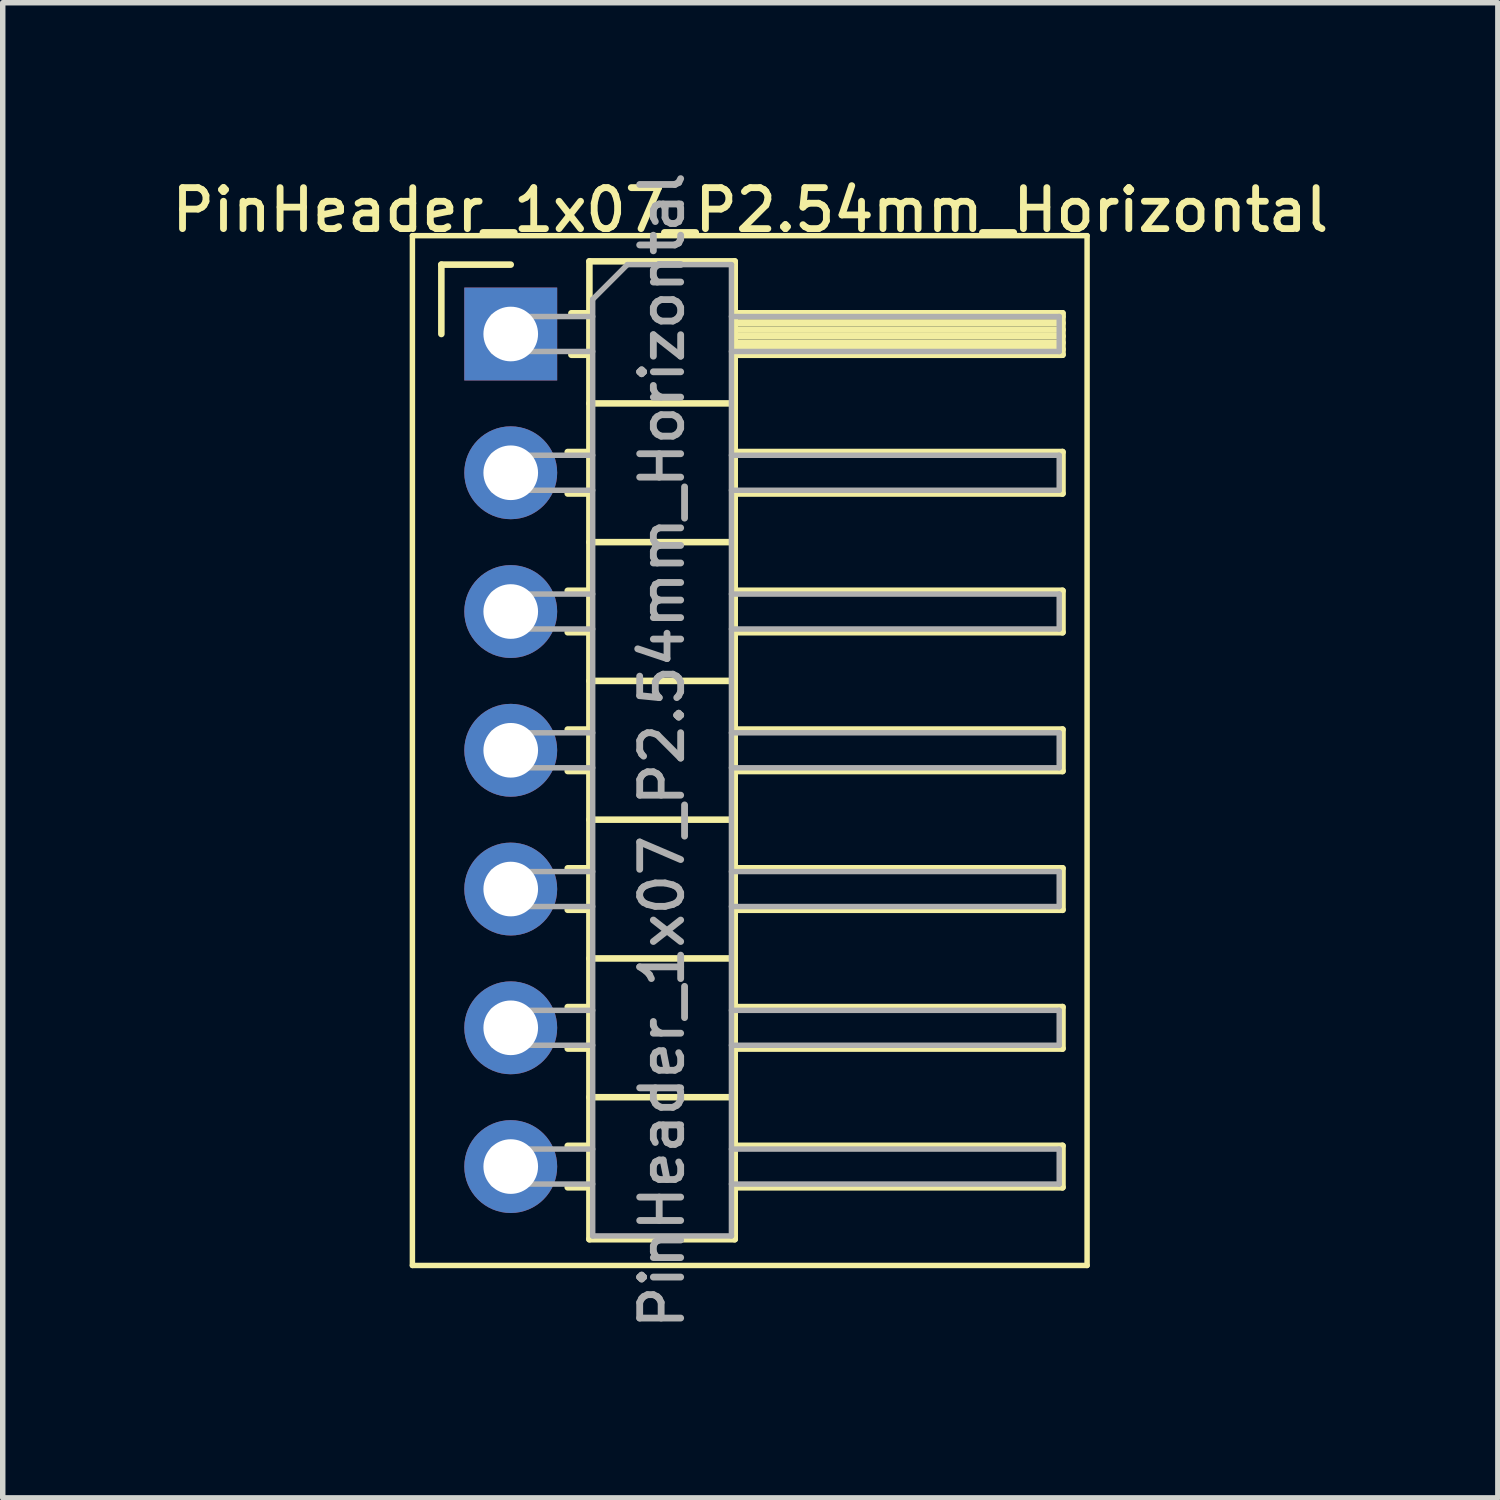
<source format=kicad_pcb>
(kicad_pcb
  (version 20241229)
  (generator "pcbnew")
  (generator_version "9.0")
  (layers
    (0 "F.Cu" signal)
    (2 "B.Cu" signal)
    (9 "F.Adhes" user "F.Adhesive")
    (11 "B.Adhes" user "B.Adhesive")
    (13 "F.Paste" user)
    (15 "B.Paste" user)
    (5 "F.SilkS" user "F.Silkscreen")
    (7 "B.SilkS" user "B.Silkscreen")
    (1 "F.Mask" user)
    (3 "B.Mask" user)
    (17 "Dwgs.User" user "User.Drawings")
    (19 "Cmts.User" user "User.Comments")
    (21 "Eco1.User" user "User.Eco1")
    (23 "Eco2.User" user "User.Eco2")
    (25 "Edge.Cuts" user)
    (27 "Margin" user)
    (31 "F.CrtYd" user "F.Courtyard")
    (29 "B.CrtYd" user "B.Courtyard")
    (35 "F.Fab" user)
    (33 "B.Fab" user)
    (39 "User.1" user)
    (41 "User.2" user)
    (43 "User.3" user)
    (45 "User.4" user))
  (footprint "PinHeader_1x07_P2.54mm_Horizontal"
    (layer "F.Cu")
    (at 6.299 3.064)
    (property "Reference" "PinHeader_1x07_P2.54mm_Horizontal" (at 4.385 -2.27 0) (layer "F.SilkS") (effects (font (size 0.75 0.75) (thickness 0.125))))
    (attr through_hole)
    (fp_line (start -1.8 -1.8) (end -1.8 17.05) (stroke (width 0.1) (type solid)) (layer "F.SilkS"))
    (fp_line (start -1.8 17.05) (end 10.55 17.05) (stroke (width 0.1) (type solid)) (layer "F.SilkS"))
    (fp_line (start -1.27 -1.27) (end 0 -1.27) (stroke (width 0.12) (type solid)) (layer "F.SilkS"))
    (fp_line (start -1.27 0) (end -1.27 -1.27) (stroke (width 0.12) (type solid)) (layer "F.SilkS"))
    (fp_line (start 1.043 2.16) (end 1.44 2.16) (stroke (width 0.12) (type solid)) (layer "F.SilkS"))
    (fp_line (start 1.043 2.92) (end 1.44 2.92) (stroke (width 0.12) (type solid)) (layer "F.SilkS"))
    (fp_line (start 1.043 4.7) (end 1.44 4.7) (stroke (width 0.12) (type solid)) (layer "F.SilkS"))
    (fp_line (start 1.043 5.46) (end 1.44 5.46) (stroke (width 0.12) (type solid)) (layer "F.SilkS"))
    (fp_line (start 1.043 7.24) (end 1.44 7.24) (stroke (width 0.12) (type solid)) (layer "F.SilkS"))
    (fp_line (start 1.043 8) (end 1.44 8) (stroke (width 0.12) (type solid)) (layer "F.SilkS"))
    (fp_line (start 1.043 9.78) (end 1.44 9.78) (stroke (width 0.12) (type solid)) (layer "F.SilkS"))
    (fp_line (start 1.043 10.54) (end 1.44 10.54) (stroke (width 0.12) (type solid)) (layer "F.SilkS"))
    (fp_line (start 1.043 12.32) (end 1.44 12.32) (stroke (width 0.12) (type solid)) (layer "F.SilkS"))
    (fp_line (start 1.043 13.08) (end 1.44 13.08) (stroke (width 0.12) (type solid)) (layer "F.SilkS"))
    (fp_line (start 1.043 14.86) (end 1.44 14.86) (stroke (width 0.12) (type solid)) (layer "F.SilkS"))
    (fp_line (start 1.043 15.62) (end 1.44 15.62) (stroke (width 0.12) (type solid)) (layer "F.SilkS"))
    (fp_line (start 1.11 -0.38) (end 1.44 -0.38) (stroke (width 0.12) (type solid)) (layer "F.SilkS"))
    (fp_line (start 1.11 0.38) (end 1.44 0.38) (stroke (width 0.12) (type solid)) (layer "F.SilkS"))
    (fp_line (start 1.44 -1.33) (end 1.44 16.57) (stroke (width 0.12) (type solid)) (layer "F.SilkS"))
    (fp_line (start 1.44 1.27) (end 4.1 1.27) (stroke (width 0.12) (type solid)) (layer "F.SilkS"))
    (fp_line (start 1.44 3.81) (end 4.1 3.81) (stroke (width 0.12) (type solid)) (layer "F.SilkS"))
    (fp_line (start 1.44 6.35) (end 4.1 6.35) (stroke (width 0.12) (type solid)) (layer "F.SilkS"))
    (fp_line (start 1.44 8.89) (end 4.1 8.89) (stroke (width 0.12) (type solid)) (layer "F.SilkS"))
    (fp_line (start 1.44 11.43) (end 4.1 11.43) (stroke (width 0.12) (type solid)) (layer "F.SilkS"))
    (fp_line (start 1.44 13.97) (end 4.1 13.97) (stroke (width 0.12) (type solid)) (layer "F.SilkS"))
    (fp_line (start 1.44 16.57) (end 4.1 16.57) (stroke (width 0.12) (type solid)) (layer "F.SilkS"))
    (fp_line (start 4.1 -1.33) (end 1.44 -1.33) (stroke (width 0.12) (type solid)) (layer "F.SilkS"))
    (fp_line (start 4.1 -0.38) (end 10.1 -0.38) (stroke (width 0.12) (type solid)) (layer "F.SilkS"))
    (fp_line (start 4.1 -0.32) (end 10.1 -0.32) (stroke (width 0.12) (type solid)) (layer "F.SilkS"))
    (fp_line (start 4.1 -0.2) (end 10.1 -0.2) (stroke (width 0.12) (type solid)) (layer "F.SilkS"))
    (fp_line (start 4.1 -0.08) (end 10.1 -0.08) (stroke (width 0.12) (type solid)) (layer "F.SilkS"))
    (fp_line (start 4.1 0.04) (end 10.1 0.04) (stroke (width 0.12) (type solid)) (layer "F.SilkS"))
    (fp_line (start 4.1 0.16) (end 10.1 0.16) (stroke (width 0.12) (type solid)) (layer "F.SilkS"))
    (fp_line (start 4.1 0.28) (end 10.1 0.28) (stroke (width 0.12) (type solid)) (layer "F.SilkS"))
    (fp_line (start 4.1 2.16) (end 10.1 2.16) (stroke (width 0.12) (type solid)) (layer "F.SilkS"))
    (fp_line (start 4.1 4.7) (end 10.1 4.7) (stroke (width 0.12) (type solid)) (layer "F.SilkS"))
    (fp_line (start 4.1 7.24) (end 10.1 7.24) (stroke (width 0.12) (type solid)) (layer "F.SilkS"))
    (fp_line (start 4.1 9.78) (end 10.1 9.78) (stroke (width 0.12) (type solid)) (layer "F.SilkS"))
    (fp_line (start 4.1 12.32) (end 10.1 12.32) (stroke (width 0.12) (type solid)) (layer "F.SilkS"))
    (fp_line (start 4.1 14.86) (end 10.1 14.86) (stroke (width 0.12) (type solid)) (layer "F.SilkS"))
    (fp_line (start 4.1 16.57) (end 4.1 -1.33) (stroke (width 0.12) (type solid)) (layer "F.SilkS"))
    (fp_line (start 10.1 -0.38) (end 10.1 0.38) (stroke (width 0.12) (type solid)) (layer "F.SilkS"))
    (fp_line (start 10.1 0.38) (end 4.1 0.38) (stroke (width 0.12) (type solid)) (layer "F.SilkS"))
    (fp_line (start 10.1 2.16) (end 10.1 2.92) (stroke (width 0.12) (type solid)) (layer "F.SilkS"))
    (fp_line (start 10.1 2.92) (end 4.1 2.92) (stroke (width 0.12) (type solid)) (layer "F.SilkS"))
    (fp_line (start 10.1 4.7) (end 10.1 5.46) (stroke (width 0.12) (type solid)) (layer "F.SilkS"))
    (fp_line (start 10.1 5.46) (end 4.1 5.46) (stroke (width 0.12) (type solid)) (layer "F.SilkS"))
    (fp_line (start 10.1 7.24) (end 10.1 8) (stroke (width 0.12) (type solid)) (layer "F.SilkS"))
    (fp_line (start 10.1 8) (end 4.1 8) (stroke (width 0.12) (type solid)) (layer "F.SilkS"))
    (fp_line (start 10.1 9.78) (end 10.1 10.54) (stroke (width 0.12) (type solid)) (layer "F.SilkS"))
    (fp_line (start 10.1 10.54) (end 4.1 10.54) (stroke (width 0.12) (type solid)) (layer "F.SilkS"))
    (fp_line (start 10.1 12.32) (end 10.1 13.08) (stroke (width 0.12) (type solid)) (layer "F.SilkS"))
    (fp_line (start 10.1 13.08) (end 4.1 13.08) (stroke (width 0.12) (type solid)) (layer "F.SilkS"))
    (fp_line (start 10.1 14.86) (end 10.1 15.62) (stroke (width 0.12) (type solid)) (layer "F.SilkS"))
    (fp_line (start 10.1 15.62) (end 4.1 15.62) (stroke (width 0.12) (type solid)) (layer "F.SilkS"))
    (fp_line (start 10.55 -1.8) (end -1.8 -1.8) (stroke (width 0.1) (type solid)) (layer "F.SilkS"))
    (fp_line (start 10.55 17.05) (end 10.55 -1.8) (stroke (width 0.1) (type solid)) (layer "F.SilkS"))
    (fp_line (start -0.32 -0.32) (end -0.32 0.32) (stroke (width 0.1) (type solid)) (layer "F.Fab"))
    (fp_line (start -0.32 -0.32) (end 1.5 -0.32) (stroke (width 0.1) (type solid)) (layer "F.Fab"))
    (fp_line (start -0.32 0.32) (end 1.5 0.32) (stroke (width 0.1) (type solid)) (layer "F.Fab"))
    (fp_line (start -0.32 2.22) (end -0.32 2.86) (stroke (width 0.1) (type solid)) (layer "F.Fab"))
    (fp_line (start -0.32 2.22) (end 1.5 2.22) (stroke (width 0.1) (type solid)) (layer "F.Fab"))
    (fp_line (start -0.32 2.86) (end 1.5 2.86) (stroke (width 0.1) (type solid)) (layer "F.Fab"))
    (fp_line (start -0.32 4.76) (end -0.32 5.4) (stroke (width 0.1) (type solid)) (layer "F.Fab"))
    (fp_line (start -0.32 4.76) (end 1.5 4.76) (stroke (width 0.1) (type solid)) (layer "F.Fab"))
    (fp_line (start -0.32 5.4) (end 1.5 5.4) (stroke (width 0.1) (type solid)) (layer "F.Fab"))
    (fp_line (start -0.32 7.3) (end -0.32 7.94) (stroke (width 0.1) (type solid)) (layer "F.Fab"))
    (fp_line (start -0.32 7.3) (end 1.5 7.3) (stroke (width 0.1) (type solid)) (layer "F.Fab"))
    (fp_line (start -0.32 7.94) (end 1.5 7.94) (stroke (width 0.1) (type solid)) (layer "F.Fab"))
    (fp_line (start -0.32 9.84) (end -0.32 10.48) (stroke (width 0.1) (type solid)) (layer "F.Fab"))
    (fp_line (start -0.32 9.84) (end 1.5 9.84) (stroke (width 0.1) (type solid)) (layer "F.Fab"))
    (fp_line (start -0.32 10.48) (end 1.5 10.48) (stroke (width 0.1) (type solid)) (layer "F.Fab"))
    (fp_line (start -0.32 12.38) (end -0.32 13.02) (stroke (width 0.1) (type solid)) (layer "F.Fab"))
    (fp_line (start -0.32 12.38) (end 1.5 12.38) (stroke (width 0.1) (type solid)) (layer "F.Fab"))
    (fp_line (start -0.32 13.02) (end 1.5 13.02) (stroke (width 0.1) (type solid)) (layer "F.Fab"))
    (fp_line (start -0.32 14.92) (end -0.32 15.56) (stroke (width 0.1) (type solid)) (layer "F.Fab"))
    (fp_line (start -0.32 14.92) (end 1.5 14.92) (stroke (width 0.1) (type solid)) (layer "F.Fab"))
    (fp_line (start -0.32 15.56) (end 1.5 15.56) (stroke (width 0.1) (type solid)) (layer "F.Fab"))
    (fp_line (start 1.5 -0.635) (end 2.135 -1.27) (stroke (width 0.1) (type solid)) (layer "F.Fab"))
    (fp_line (start 1.5 16.51) (end 1.5 -0.635) (stroke (width 0.1) (type solid)) (layer "F.Fab"))
    (fp_line (start 2.135 -1.27) (end 4.04 -1.27) (stroke (width 0.1) (type solid)) (layer "F.Fab"))
    (fp_line (start 4.04 -1.27) (end 4.04 16.51) (stroke (width 0.1) (type solid)) (layer "F.Fab"))
    (fp_line (start 4.04 -0.32) (end 10.04 -0.32) (stroke (width 0.1) (type solid)) (layer "F.Fab"))
    (fp_line (start 4.04 0.32) (end 10.04 0.32) (stroke (width 0.1) (type solid)) (layer "F.Fab"))
    (fp_line (start 4.04 2.22) (end 10.04 2.22) (stroke (width 0.1) (type solid)) (layer "F.Fab"))
    (fp_line (start 4.04 2.86) (end 10.04 2.86) (stroke (width 0.1) (type solid)) (layer "F.Fab"))
    (fp_line (start 4.04 4.76) (end 10.04 4.76) (stroke (width 0.1) (type solid)) (layer "F.Fab"))
    (fp_line (start 4.04 5.4) (end 10.04 5.4) (stroke (width 0.1) (type solid)) (layer "F.Fab"))
    (fp_line (start 4.04 7.3) (end 10.04 7.3) (stroke (width 0.1) (type solid)) (layer "F.Fab"))
    (fp_line (start 4.04 7.94) (end 10.04 7.94) (stroke (width 0.1) (type solid)) (layer "F.Fab"))
    (fp_line (start 4.04 9.84) (end 10.04 9.84) (stroke (width 0.1) (type solid)) (layer "F.Fab"))
    (fp_line (start 4.04 10.48) (end 10.04 10.48) (stroke (width 0.1) (type solid)) (layer "F.Fab"))
    (fp_line (start 4.04 12.38) (end 10.04 12.38) (stroke (width 0.1) (type solid)) (layer "F.Fab"))
    (fp_line (start 4.04 13.02) (end 10.04 13.02) (stroke (width 0.1) (type solid)) (layer "F.Fab"))
    (fp_line (start 4.04 14.92) (end 10.04 14.92) (stroke (width 0.1) (type solid)) (layer "F.Fab"))
    (fp_line (start 4.04 15.56) (end 10.04 15.56) (stroke (width 0.1) (type solid)) (layer "F.Fab"))
    (fp_line (start 4.04 16.51) (end 1.5 16.51) (stroke (width 0.1) (type solid)) (layer "F.Fab"))
    (fp_line (start 10.04 -0.32) (end 10.04 0.32) (stroke (width 0.1) (type solid)) (layer "F.Fab"))
    (fp_line (start 10.04 2.22) (end 10.04 2.86) (stroke (width 0.1) (type solid)) (layer "F.Fab"))
    (fp_line (start 10.04 4.76) (end 10.04 5.4) (stroke (width 0.1) (type solid)) (layer "F.Fab"))
    (fp_line (start 10.04 7.3) (end 10.04 7.94) (stroke (width 0.1) (type solid)) (layer "F.Fab"))
    (fp_line (start 10.04 9.84) (end 10.04 10.48) (stroke (width 0.1) (type solid)) (layer "F.Fab"))
    (fp_line (start 10.04 12.38) (end 10.04 13.02) (stroke (width 0.1) (type solid)) (layer "F.Fab"))
    (fp_line (start 10.04 14.92) (end 10.04 15.56) (stroke (width 0.1) (type solid)) (layer "F.Fab"))
    (fp_text user "${REFERENCE}" (at 2.77 7.62 90) (layer "F.Fab") (effects (font (size 0.75 0.75) (thickness 0.125))))
    (pad "1" thru_hole rect (at 0 0) (size 1.7 1.7) (drill 1) (layers "*.Cu" "*.Mask"))
    (pad "2" thru_hole oval (at 0 2.54) (size 1.7 1.7) (drill 1) (layers "*.Cu" "*.Mask"))
    (pad "3" thru_hole oval (at 0 5.08) (size 1.7 1.7) (drill 1) (layers "*.Cu" "*.Mask"))
    (pad "4" thru_hole oval (at 0 7.62) (size 1.7 1.7) (drill 1) (layers "*.Cu" "*.Mask"))
    (pad "5" thru_hole oval (at 0 10.16) (size 1.7 1.7) (drill 1) (layers "*.Cu" "*.Mask"))
    (pad "6" thru_hole oval (at 0 12.7) (size 1.7 1.7) (drill 1) (layers "*.Cu" "*.Mask"))
    (pad "7" thru_hole oval (at 0 15.24) (size 1.7 1.7) (drill 1) (layers "*.Cu" "*.Mask")))
  (gr_rect
    (start -3 -3)
    (end 24.368 24.368)
    (stroke (width 0.1) (type default))
    (fill no)
    (layer "Edge.Cuts")))
</source>
